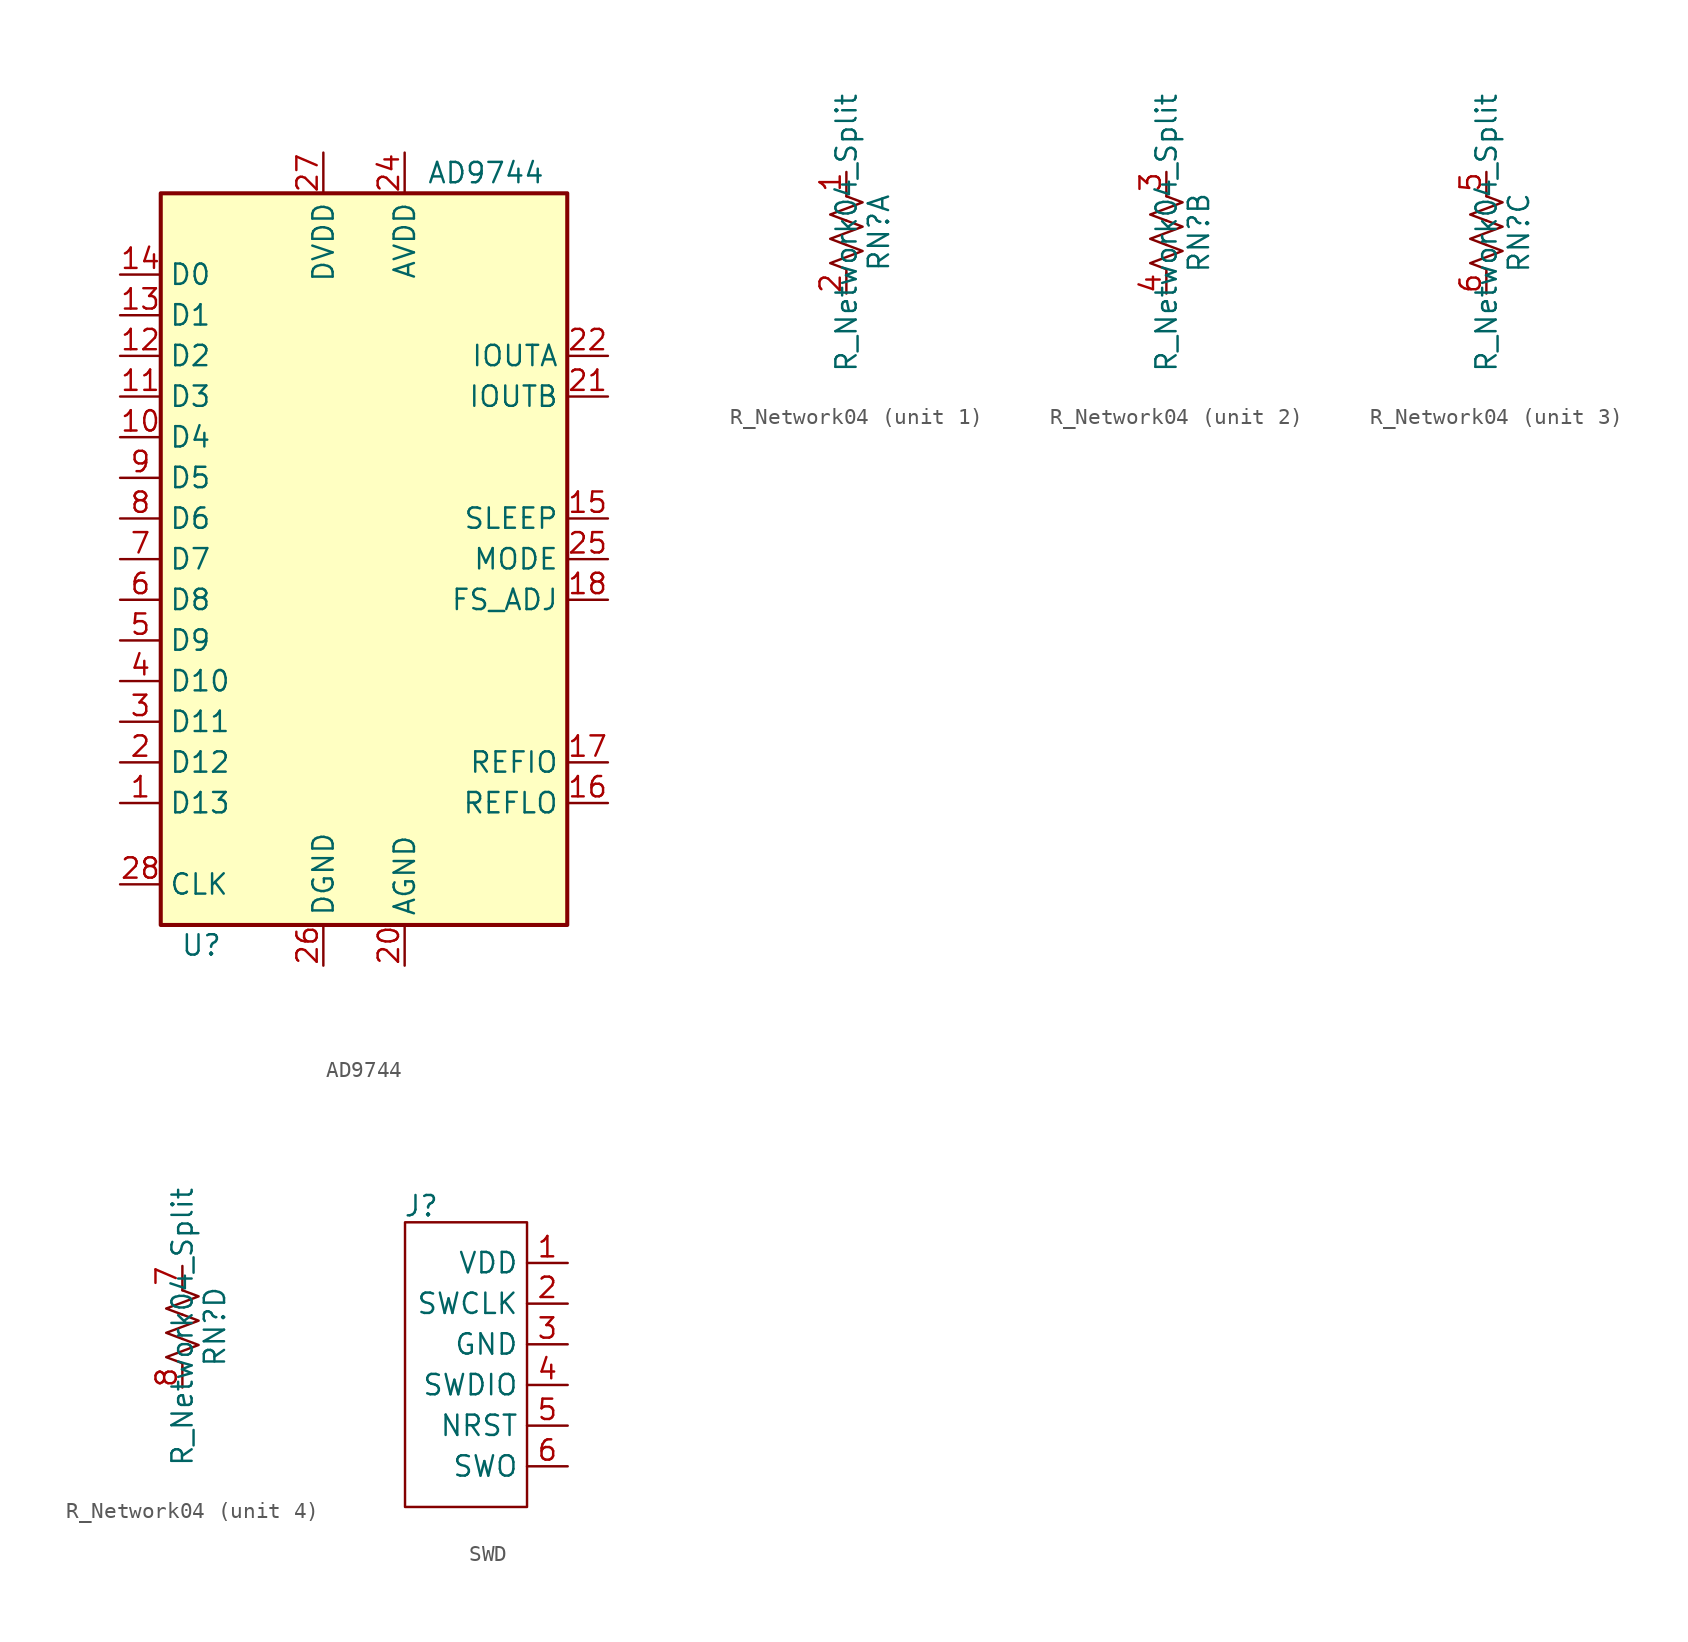
<source format=kicad_sym>
(kicad_symbol_lib
  (version 20241209)
  (generator "kicad_symbol_editor")
  (generator_version "9.0")
  (symbol "AD9744"
    (property "Reference" "U"
      (at -10.16 -24.13 0)
      (effects (font (size 1.27 1.27))))
    (property "Value" "AD9744"
      (at 7.62 24.13 0)
      (effects (font (size 1.27 1.27))))
    (symbol "AD9744_0_1"
      (rectangle (start 12.7 22.86) (end -12.7 -22.86) (stroke (width 0.254) (type default)) (fill (type background))))
    (symbol "AD9744_1_1"
      (pin input line (at -15.24 17.78 0) (length 2.54) (name "D0" (effects (font (size 1.27 1.27)))) (number "14" (effects (font (size 1.27 1.27)))))
      (pin input line (at -15.24 15.24 0) (length 2.54) (name "D1" (effects (font (size 1.27 1.27)))) (number "13" (effects (font (size 1.27 1.27)))))
      (pin input line (at -15.24 12.7 0) (length 2.54) (name "D2" (effects (font (size 1.27 1.27)))) (number "12" (effects (font (size 1.27 1.27)))))
      (pin input line (at -15.24 10.16 0) (length 2.54) (name "D3" (effects (font (size 1.27 1.27)))) (number "11" (effects (font (size 1.27 1.27)))))
      (pin input line (at -15.24 7.62 0) (length 2.54) (name "D4" (effects (font (size 1.27 1.27)))) (number "10" (effects (font (size 1.27 1.27)))))
      (pin input line (at -15.24 5.08 0) (length 2.54) (name "D5" (effects (font (size 1.27 1.27)))) (number "9" (effects (font (size 1.27 1.27)))))
      (pin input line (at -15.24 2.54 0) (length 2.54) (name "D6" (effects (font (size 1.27 1.27)))) (number "8" (effects (font (size 1.27 1.27)))))
      (pin input line (at -15.24 0 0) (length 2.54) (name "D7" (effects (font (size 1.27 1.27)))) (number "7" (effects (font (size 1.27 1.27)))))
      (pin input line (at -15.24 -2.54 0) (length 2.54) (name "D8" (effects (font (size 1.27 1.27)))) (number "6" (effects (font (size 1.27 1.27)))))
      (pin input line (at -15.24 -5.08 0) (length 2.54) (name "D9" (effects (font (size 1.27 1.27)))) (number "5" (effects (font (size 1.27 1.27)))))
      (pin input line (at -15.24 -7.62 0) (length 2.54) (name "D10" (effects (font (size 1.27 1.27)))) (number "4" (effects (font (size 1.27 1.27)))))
      (pin input line (at -15.24 -10.16 0) (length 2.54) (name "D11" (effects (font (size 1.27 1.27)))) (number "3" (effects (font (size 1.27 1.27)))))
      (pin input line (at -15.24 -12.7 0) (length 2.54) (name "D12" (effects (font (size 1.27 1.27)))) (number "2" (effects (font (size 1.27 1.27)))))
      (pin input line (at -15.24 -15.24 0) (length 2.54) (name "D13" (effects (font (size 1.27 1.27)))) (number "1" (effects (font (size 1.27 1.27)))))
      (pin input line (at -15.24 -20.32 0) (length 2.54) (name "CLK" (effects (font (size 1.27 1.27)))) (number "28" (effects (font (size 1.27 1.27)))))
      (pin power_in line (at -2.54 25.4 270) (length 2.54) (name "DVDD" (effects (font (size 1.27 1.27)))) (number "27" (effects (font (size 1.27 1.27)))))
      (pin power_in line (at -2.54 -25.4 90) (length 2.54) (name "DGND" (effects (font (size 1.27 1.27)))) (number "26" (effects (font (size 1.27 1.27)))))
      (pin power_in line (at 2.54 25.4 270) (length 2.54) (name "AVDD" (effects (font (size 1.27 1.27)))) (number "24" (effects (font (size 1.27 1.27)))))
      (pin power_in line (at 2.54 -25.4 90) (length 2.54) (name "AGND" (effects (font (size 1.27 1.27)))) (number "20" (effects (font (size 1.27 1.27)))))
      (pin output line (at 15.24 12.7 180) (length 2.54) (name "IOUTA" (effects (font (size 1.27 1.27)))) (number "22" (effects (font (size 1.27 1.27)))))
      (pin output line (at 15.24 10.16 180) (length 2.54) (name "IOUTB" (effects (font (size 1.27 1.27)))) (number "21" (effects (font (size 1.27 1.27)))))
      (pin input line (at 15.24 2.54 180) (length 2.54) (name "SLEEP" (effects (font (size 1.27 1.27)))) (number "15" (effects (font (size 1.27 1.27)))))
      (pin input line (at 15.24 0 180) (length 2.54) (name "MODE" (effects (font (size 1.27 1.27)))) (number "25" (effects (font (size 1.27 1.27)))))
      (pin input line (at 15.24 -2.54 180) (length 2.54) (name "FS_ADJ" (effects (font (size 1.27 1.27)))) (number "18" (effects (font (size 1.27 1.27)))))
      (pin input line (at 15.24 -12.7 180) (length 2.54) (name "REFIO" (effects (font (size 1.27 1.27)))) (number "17" (effects (font (size 1.27 1.27)))))
      (pin input line (at 15.24 -15.24 180) (length 2.54) (name "REFLO" (effects (font (size 1.27 1.27)))) (number "16" (effects (font (size 1.27 1.27)))))))
  (symbol "R_Network04"
    (pin_names
      (offset 0)
      (hide yes))
    (property "Reference" "RN"
      (at 2.032 0 90)
      (effects (font (size 1.27 1.27))))
    (property "Value" "R_Network04_Split"
      (at 0 0 90)
      (effects (font (size 1.27 1.27))))
    (symbol "R_Network04_0_1"
      (polyline (pts (xy 0 2.286) (xy 1.016 1.905) (xy 0 1.524) (xy -1.016 1.143) (xy 0 0.762)) (stroke (width 0) (type default)) (fill (type none)))
      (polyline (pts (xy 0 2.286) (xy 0 2.54)) (stroke (width 0) (type default)) (fill (type none)))
      (polyline (pts (xy 0 0.762) (xy 1.016 0.381) (xy 0 0) (xy -1.016 -0.381) (xy 0 -0.762)) (stroke (width 0) (type default)) (fill (type none)))
      (polyline (pts (xy 0 -0.762) (xy 1.016 -1.143) (xy 0 -1.524) (xy -1.016 -1.905) (xy 0 -2.286)) (stroke (width 0) (type default)) (fill (type none)))
      (polyline (pts (xy 0 -2.286) (xy 0 -2.54)) (stroke (width 0) (type default)) (fill (type none))))
    (symbol "R_Network04_1_1"
      (pin passive line (at 0 3.81 270) (length 1.27) (name "R11" (effects (font (size 1.27 1.27)))) (number "1" (effects (font (size 1.27 1.27)))))
      (pin passive line (at 0 -3.81 90) (length 1.27) (name "R12" (effects (font (size 1.27 1.27)))) (number "2" (effects (font (size 1.27 1.27))))))
    (symbol "R_Network04_2_1"
      (pin passive line (at 0 3.81 270) (length 1.27) (name "R23" (effects (font (size 1.27 1.27)))) (number "3" (effects (font (size 1.27 1.27)))))
      (pin passive line (at 0 -3.81 90) (length 1.27) (name "R24" (effects (font (size 1.27 1.27)))) (number "4" (effects (font (size 1.27 1.27))))))
    (symbol "R_Network04_3_1"
      (pin passive line (at 0 3.81 270) (length 1.27) (name "R35" (effects (font (size 1.27 1.27)))) (number "5" (effects (font (size 1.27 1.27)))))
      (pin passive line (at 0 -3.81 90) (length 1.27) (name "R36" (effects (font (size 1.27 1.27)))) (number "6" (effects (font (size 1.27 1.27))))))
    (symbol "R_Network04_4_1"
      (pin passive line (at 0 3.81 270) (length 1.27) (name "R47" (effects (font (size 1.27 1.27)))) (number "7" (effects (font (size 1.27 1.27)))))
      (pin passive line (at 0 -3.81 90) (length 1.27) (name "R48" (effects (font (size 1.27 1.27)))) (number "8" (effects (font (size 1.27 1.27)))))))
  (symbol "SWD"
    (property "Reference" "J"
      (at 1.016 1.016 0)
      (effects (font (size 1.27 1.27))))
    (property "Value" ""
      (at 0 0 0)
      (effects (font (size 1.27 1.27))))
    (symbol "SWD_0_1"
      (rectangle (start 0 0) (end 7.62 -17.78) (stroke (width 0) (type default)) (fill (type none))))
    (symbol "SWD_1_1"
      (pin passive line (at 10.16 -2.54 180) (length 2.54) (name "VDD" (effects (font (size 1.27 1.27)))) (number "1" (effects (font (size 1.27 1.27)))))
      (pin passive line (at 10.16 -5.08 180) (length 2.54) (name "SWCLK" (effects (font (size 1.27 1.27)))) (number "2" (effects (font (size 1.27 1.27)))))
      (pin passive line (at 10.16 -7.62 180) (length 2.54) (name "GND" (effects (font (size 1.27 1.27)))) (number "3" (effects (font (size 1.27 1.27)))))
      (pin passive line (at 10.16 -10.16 180) (length 2.54) (name "SWDIO" (effects (font (size 1.27 1.27)))) (number "4" (effects (font (size 1.27 1.27)))))
      (pin passive line (at 10.16 -12.7 180) (length 2.54) (name "NRST" (effects (font (size 1.27 1.27)))) (number "5" (effects (font (size 1.27 1.27)))))
      (pin passive line (at 10.16 -15.24 180) (length 2.54) (name "SWO" (effects (font (size 1.27 1.27)))) (number "6" (effects (font (size 1.27 1.27))))))))
</source>
